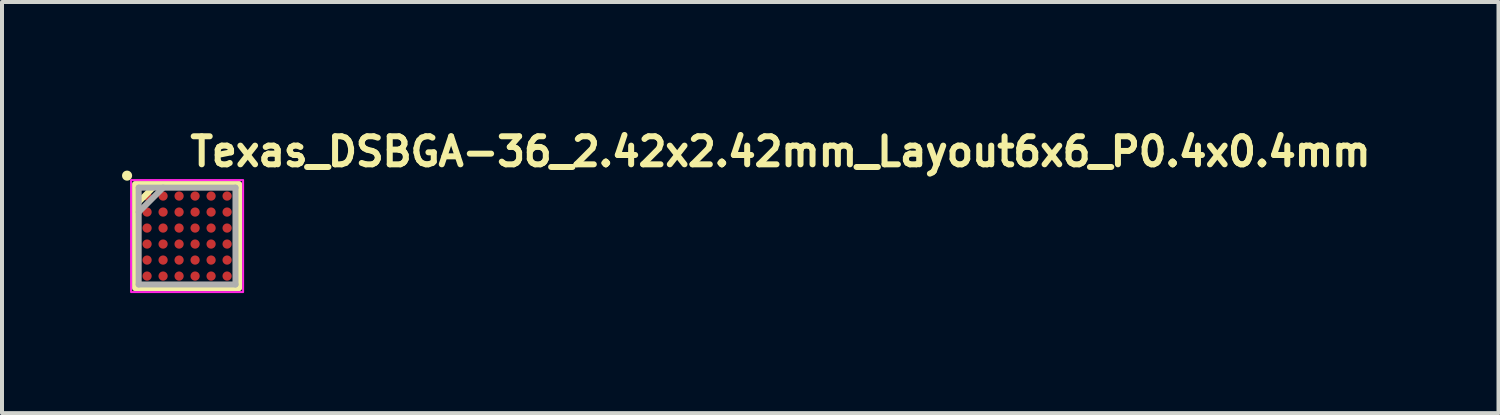
<source format=kicad_pcb>
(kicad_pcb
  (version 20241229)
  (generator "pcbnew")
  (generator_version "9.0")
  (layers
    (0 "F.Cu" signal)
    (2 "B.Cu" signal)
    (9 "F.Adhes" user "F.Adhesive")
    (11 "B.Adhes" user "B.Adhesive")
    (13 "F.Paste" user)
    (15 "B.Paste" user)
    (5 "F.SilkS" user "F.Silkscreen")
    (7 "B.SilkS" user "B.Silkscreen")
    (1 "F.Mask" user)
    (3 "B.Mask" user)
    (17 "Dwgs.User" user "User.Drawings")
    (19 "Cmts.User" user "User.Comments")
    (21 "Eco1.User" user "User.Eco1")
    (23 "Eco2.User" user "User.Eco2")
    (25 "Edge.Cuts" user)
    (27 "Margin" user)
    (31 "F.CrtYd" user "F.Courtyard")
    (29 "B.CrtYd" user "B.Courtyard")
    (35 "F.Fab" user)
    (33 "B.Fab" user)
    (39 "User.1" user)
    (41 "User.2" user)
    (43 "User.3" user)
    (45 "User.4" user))
  (footprint "Texas_DSBGA-36_2.42x2.42mm_Layout6x6_P0.4x0.4mm"
    (layer "F.Cu")
    (at 1.626 2.85)
    (property "Reference" "Texas_DSBGA-36_2.42x2.42mm_Layout6x6_P0.4x0.4mm" (at 0 -1.7 0) (layer "F.SilkS") (effects (font (size 0.7 0.7) (thickness 0.15)) (justify left bottom)))
    (attr smd)
    (fp_line (start -1.262 -0.8) (end -0.8 -1.262) (stroke (width 0.15) (type solid)) (layer "F.SilkS"))
    (fp_rect (start 1.3 1.3) (end -1.3 -1.3) (stroke (width 0.15) (type solid)) (fill no) (layer "F.SilkS"))
    (fp_circle (center -1.5 -1.51) (end -1.449 -1.51) (stroke (width 0.15) (type solid)) (fill yes) (layer "F.SilkS"))
    (fp_rect (start -1.4 -1.4) (end 1.4 1.4) (stroke (width 0.05) (type solid)) (fill no) (layer "F.CrtYd"))
    (fp_line (start -1.21 -1.21) (end 1.21 -1.21) (stroke (width 0.15) (type solid)) (layer "F.Fab"))
    (fp_line (start -1.21 -0.598) (end -0.598 -1.21) (stroke (width 0.15) (type solid)) (layer "F.Fab"))
    (fp_line (start -1.21 1.21) (end -1.21 -1.21) (stroke (width 0.15) (type solid)) (layer "F.Fab"))
    (fp_line (start 1.21 -1.21) (end 1.21 1.21) (stroke (width 0.15) (type solid)) (layer "F.Fab"))
    (fp_line (start 1.21 1.21) (end -1.21 1.21) (stroke (width 0.15) (type solid)) (layer "F.Fab"))
    (fp_rect (start -1.21 -1.21) (end 1.21 1.21) (stroke (width 0.1) (type solid)) (fill no) (layer "User.5"))
    (fp_line (start -1.21 -1.21) (end 1.21 -1.21) (stroke (width 0.02) (type solid)) (layer "User.9"))
    (fp_line (start -1.21 1.21) (end -1.21 -1.21) (stroke (width 0.02) (type solid)) (layer "User.9"))
    (fp_line (start -1.21 1.21) (end 1.21 1.21) (stroke (width 0.02) (type solid)) (layer "User.9"))
    (fp_line (start -1.058 -0.915) (end -1.058 -0.907) (stroke (width 0.02) (type solid)) (layer "User.9"))
    (fp_line (start -1.058 -0.907) (end -1.058 -0.907) (stroke (width 0.02) (type solid)) (layer "User.9"))
    (fp_line (start -1.058 -0.907) (end -1.058 -0.899) (stroke (width 0.02) (type solid)) (layer "User.9"))
    (fp_line (start -1.058 -0.899) (end -1.057 -0.892) (stroke (width 0.02) (type solid)) (layer "User.9"))
    (fp_line (start -1.057 -0.93) (end -1.057 -0.922) (stroke (width 0.02) (type solid)) (layer "User.9"))
    (fp_line (start -1.057 -0.922) (end -1.058 -0.915) (stroke (width 0.02) (type solid)) (layer "User.9"))
    (fp_line (start -1.057 -0.892) (end -1.057 -0.884) (stroke (width 0.02) (type solid)) (layer "User.9"))
    (fp_line (start -1.057 -0.884) (end -1.055 -0.877) (stroke (width 0.02) (type solid)) (layer "User.9"))
    (fp_line (start -1.055 -0.937) (end -1.057 -0.93) (stroke (width 0.02) (type solid)) (layer "User.9"))
    (fp_line (start -1.055 -0.877) (end -1.053 -0.869) (stroke (width 0.02) (type solid)) (layer "User.9"))
    (fp_line (start -1.053 -0.944) (end -1.055 -0.937) (stroke (width 0.02) (type solid)) (layer "User.9"))
    (fp_line (start -1.053 -0.869) (end -1.051 -0.862) (stroke (width 0.02) (type solid)) (layer "User.9"))
    (fp_line (start -1.051 -0.951) (end -1.053 -0.944) (stroke (width 0.02) (type solid)) (layer "User.9"))
    (fp_line (start -1.051 -0.862) (end -1.049 -0.855) (stroke (width 0.02) (type solid)) (layer "User.9"))
    (fp_line (start -1.049 -0.959) (end -1.051 -0.951) (stroke (width 0.02) (type solid)) (layer "User.9"))
    (fp_line (start -1.049 -0.855) (end -1.046 -0.848) (stroke (width 0.02) (type solid)) (layer "User.9"))
    (fp_line (start -1.046 -0.966) (end -1.049 -0.959) (stroke (width 0.02) (type solid)) (layer "User.9"))
    (fp_line (start -1.046 -0.848) (end -1.043 -0.841) (stroke (width 0.02) (type solid)) (layer "User.9"))
    (fp_line (start -1.043 -0.973) (end -1.046 -0.966) (stroke (width 0.02) (type solid)) (layer "User.9"))
    (fp_line (start -1.043 -0.841) (end -1.04 -0.835) (stroke (width 0.02) (type solid)) (layer "User.9"))
    (fp_line (start -1.04 -0.979) (end -1.043 -0.973) (stroke (width 0.02) (type solid)) (layer "User.9"))
    (fp_line (start -1.04 -0.835) (end -1.036 -0.828) (stroke (width 0.02) (type solid)) (layer "User.9"))
    (fp_line (start -1.036 -0.985) (end -1.04 -0.979) (stroke (width 0.02) (type solid)) (layer "User.9"))
    (fp_line (start -1.036 -0.828) (end -1.032 -0.821) (stroke (width 0.02) (type solid)) (layer "User.9"))
    (fp_line (start -1.032 -0.992) (end -1.036 -0.985) (stroke (width 0.02) (type solid)) (layer "User.9"))
    (fp_line (start -1.032 -0.821) (end -1.028 -0.816) (stroke (width 0.02) (type solid)) (layer "User.9"))
    (fp_line (start -1.028 -0.997) (end -1.032 -0.992) (stroke (width 0.02) (type solid)) (layer "User.9"))
    (fp_line (start -1.028 -0.816) (end -1.024 -0.811) (stroke (width 0.02) (type solid)) (layer "User.9"))
    (fp_line (start -1.024 -1.002) (end -1.028 -0.997) (stroke (width 0.02) (type solid)) (layer "User.9"))
    (fp_line (start -1.024 -0.811) (end -1.018 -0.805) (stroke (width 0.02) (type solid)) (layer "User.9"))
    (fp_line (start -1.018 -1.008) (end -1.024 -1.002) (stroke (width 0.02) (type solid)) (layer "User.9"))
    (fp_line (start -1.018 -0.805) (end -1.014 -0.8) (stroke (width 0.02) (type solid)) (layer "User.9"))
    (fp_line (start -1.014 -1.014) (end -1.018 -1.008) (stroke (width 0.02) (type solid)) (layer "User.9"))
    (fp_line (start -1.014 -0.8) (end -1.008 -0.795) (stroke (width 0.02) (type solid)) (layer "User.9"))
    (fp_line (start -1.008 -1.018) (end -1.014 -1.014) (stroke (width 0.02) (type solid)) (layer "User.9"))
    (fp_line (start -1.008 -0.795) (end -1.002 -0.79) (stroke (width 0.02) (type solid)) (layer "User.9"))
    (fp_line (start -1.002 -1.024) (end -1.008 -1.018) (stroke (width 0.02) (type solid)) (layer "User.9"))
    (fp_line (start -1.002 -0.79) (end -0.997 -0.786) (stroke (width 0.02) (type solid)) (layer "User.9"))
    (fp_line (start -0.997 -1.028) (end -1.002 -1.024) (stroke (width 0.02) (type solid)) (layer "User.9"))
    (fp_line (start -0.997 -0.786) (end -0.992 -0.782) (stroke (width 0.02) (type solid)) (layer "User.9"))
    (fp_line (start -0.992 -1.032) (end -0.997 -1.028) (stroke (width 0.02) (type solid)) (layer "User.9"))
    (fp_line (start -0.992 -0.782) (end -0.985 -0.778) (stroke (width 0.02) (type solid)) (layer "User.9"))
    (fp_line (start -0.985 -1.036) (end -0.992 -1.032) (stroke (width 0.02) (type solid)) (layer "User.9"))
    (fp_line (start -0.985 -0.778) (end -0.979 -0.774) (stroke (width 0.02) (type solid)) (layer "User.9"))
    (fp_line (start -0.979 -1.04) (end -0.985 -1.036) (stroke (width 0.02) (type solid)) (layer "User.9"))
    (fp_line (start -0.979 -0.774) (end -0.973 -0.771) (stroke (width 0.02) (type solid)) (layer "User.9"))
    (fp_line (start -0.973 -1.043) (end -0.979 -1.04) (stroke (width 0.02) (type solid)) (layer "User.9"))
    (fp_line (start -0.973 -0.771) (end -0.966 -0.768) (stroke (width 0.02) (type solid)) (layer "User.9"))
    (fp_line (start -0.966 -1.046) (end -0.973 -1.043) (stroke (width 0.02) (type solid)) (layer "User.9"))
    (fp_line (start -0.966 -0.768) (end -0.959 -0.765) (stroke (width 0.02) (type solid)) (layer "User.9"))
    (fp_line (start -0.959 -1.049) (end -0.966 -1.046) (stroke (width 0.02) (type solid)) (layer "User.9"))
    (fp_line (start -0.959 -0.765) (end -0.951 -0.763) (stroke (width 0.02) (type solid)) (layer "User.9"))
    (fp_line (start -0.951 -1.051) (end -0.959 -1.049) (stroke (width 0.02) (type solid)) (layer "User.9"))
    (fp_line (start -0.951 -0.763) (end -0.944 -0.761) (stroke (width 0.02) (type solid)) (layer "User.9"))
    (fp_line (start -0.944 -1.053) (end -0.951 -1.051) (stroke (width 0.02) (type solid)) (layer "User.9"))
    (fp_line (start -0.944 -0.761) (end -0.937 -0.759) (stroke (width 0.02) (type solid)) (layer "User.9"))
    (fp_line (start -0.937 -1.055) (end -0.944 -1.053) (stroke (width 0.02) (type solid)) (layer "User.9"))
    (fp_line (start -0.937 -0.759) (end -0.93 -0.757) (stroke (width 0.02) (type solid)) (layer "User.9"))
    (fp_line (start -0.93 -1.057) (end -0.937 -1.055) (stroke (width 0.02) (type solid)) (layer "User.9"))
    (fp_line (start -0.93 -0.757) (end -0.922 -0.757) (stroke (width 0.02) (type solid)) (layer "User.9"))
    (fp_line (start -0.922 -1.057) (end -0.93 -1.057) (stroke (width 0.02) (type solid)) (layer "User.9"))
    (fp_line (start -0.922 -0.757) (end -0.915 -0.756) (stroke (width 0.02) (type solid)) (layer "User.9"))
    (fp_line (start -0.915 -1.058) (end -0.922 -1.057) (stroke (width 0.02) (type solid)) (layer "User.9"))
    (fp_line (start -0.915 -0.756) (end -0.907 -0.756) (stroke (width 0.02) (type solid)) (layer "User.9"))
    (fp_line (start -0.907 -1.058) (end -0.915 -1.058) (stroke (width 0.02) (type solid)) (layer "User.9"))
    (fp_line (start -0.907 -1.058) (end -0.907 -1.058) (stroke (width 0.02) (type solid)) (layer "User.9"))
    (fp_line (start -0.907 -0.756) (end -0.907 -0.756) (stroke (width 0.02) (type solid)) (layer "User.9"))
    (fp_line (start -0.907 -0.756) (end -0.899 -0.756) (stroke (width 0.02) (type solid)) (layer "User.9"))
    (fp_line (start -0.899 -1.058) (end -0.907 -1.058) (stroke (width 0.02) (type solid)) (layer "User.9"))
    (fp_line (start -0.899 -0.756) (end -0.892 -0.757) (stroke (width 0.02) (type solid)) (layer "User.9"))
    (fp_line (start -0.892 -1.057) (end -0.899 -1.058) (stroke (width 0.02) (type solid)) (layer "User.9"))
    (fp_line (start -0.892 -0.757) (end -0.884 -0.757) (stroke (width 0.02) (type solid)) (layer "User.9"))
    (fp_line (start -0.884 -1.057) (end -0.892 -1.057) (stroke (width 0.02) (type solid)) (layer "User.9"))
    (fp_line (start -0.884 -0.757) (end -0.877 -0.759) (stroke (width 0.02) (type solid)) (layer "User.9"))
    (fp_line (start -0.877 -1.055) (end -0.884 -1.057) (stroke (width 0.02) (type solid)) (layer "User.9"))
    (fp_line (start -0.877 -0.759) (end -0.869 -0.761) (stroke (width 0.02) (type solid)) (layer "User.9"))
    (fp_line (start -0.869 -1.053) (end -0.877 -1.055) (stroke (width 0.02) (type solid)) (layer "User.9"))
    (fp_line (start -0.869 -0.761) (end -0.862 -0.763) (stroke (width 0.02) (type solid)) (layer "User.9"))
    (fp_line (start -0.862 -1.051) (end -0.869 -1.053) (stroke (width 0.02) (type solid)) (layer "User.9"))
    (fp_line (start -0.862 -0.763) (end -0.855 -0.765) (stroke (width 0.02) (type solid)) (layer "User.9"))
    (fp_line (start -0.855 -1.049) (end -0.862 -1.051) (stroke (width 0.02) (type solid)) (layer "User.9"))
    (fp_line (start -0.855 -0.765) (end -0.848 -0.768) (stroke (width 0.02) (type solid)) (layer "User.9"))
    (fp_line (start -0.848 -1.046) (end -0.855 -1.049) (stroke (width 0.02) (type solid)) (layer "User.9"))
    (fp_line (start -0.848 -0.768) (end -0.841 -0.771) (stroke (width 0.02) (type solid)) (layer "User.9"))
    (fp_line (start -0.841 -1.043) (end -0.848 -1.046) (stroke (width 0.02) (type solid)) (layer "User.9"))
    (fp_line (start -0.841 -0.771) (end -0.835 -0.774) (stroke (width 0.02) (type solid)) (layer "User.9"))
    (fp_line (start -0.835 -1.04) (end -0.841 -1.043) (stroke (width 0.02) (type solid)) (layer "User.9"))
    (fp_line (start -0.835 -0.774) (end -0.828 -0.778) (stroke (width 0.02) (type solid)) (layer "User.9"))
    (fp_line (start -0.828 -1.036) (end -0.835 -1.04) (stroke (width 0.02) (type solid)) (layer "User.9"))
    (fp_line (start -0.828 -0.778) (end -0.821 -0.782) (stroke (width 0.02) (type solid)) (layer "User.9"))
    (fp_line (start -0.821 -1.032) (end -0.828 -1.036) (stroke (width 0.02) (type solid)) (layer "User.9"))
    (fp_line (start -0.821 -0.782) (end -0.816 -0.786) (stroke (width 0.02) (type solid)) (layer "User.9"))
    (fp_line (start -0.816 -1.028) (end -0.821 -1.032) (stroke (width 0.02) (type solid)) (layer "User.9"))
    (fp_line (start -0.816 -0.786) (end -0.811 -0.79) (stroke (width 0.02) (type solid)) (layer "User.9"))
    (fp_line (start -0.811 -1.024) (end -0.816 -1.028) (stroke (width 0.02) (type solid)) (layer "User.9"))
    (fp_line (start -0.811 -0.79) (end -0.805 -0.795) (stroke (width 0.02) (type solid)) (layer "User.9"))
    (fp_line (start -0.805 -1.018) (end -0.811 -1.024) (stroke (width 0.02) (type solid)) (layer "User.9"))
    (fp_line (start -0.805 -0.795) (end -0.8 -0.8) (stroke (width 0.02) (type solid)) (layer "User.9"))
    (fp_line (start -0.8 -1.014) (end -0.805 -1.018) (stroke (width 0.02) (type solid)) (layer "User.9"))
    (fp_line (start -0.8 -0.8) (end -0.795 -0.805) (stroke (width 0.02) (type solid)) (layer "User.9"))
    (fp_line (start -0.795 -1.008) (end -0.8 -1.014) (stroke (width 0.02) (type solid)) (layer "User.9"))
    (fp_line (start -0.795 -0.805) (end -0.79 -0.811) (stroke (width 0.02) (type solid)) (layer "User.9"))
    (fp_line (start -0.79 -1.002) (end -0.795 -1.008) (stroke (width 0.02) (type solid)) (layer "User.9"))
    (fp_line (start -0.79 -0.811) (end -0.786 -0.816) (stroke (width 0.02) (type solid)) (layer "User.9"))
    (fp_line (start -0.786 -0.997) (end -0.79 -1.002) (stroke (width 0.02) (type solid)) (layer "User.9"))
    (fp_line (start -0.786 -0.816) (end -0.782 -0.821) (stroke (width 0.02) (type solid)) (layer "User.9"))
    (fp_line (start -0.782 -0.992) (end -0.786 -0.997) (stroke (width 0.02) (type solid)) (layer "User.9"))
    (fp_line (start -0.782 -0.821) (end -0.778 -0.828) (stroke (width 0.02) (type solid)) (layer "User.9"))
    (fp_line (start -0.778 -0.985) (end -0.782 -0.992) (stroke (width 0.02) (type solid)) (layer "User.9"))
    (fp_line (start -0.778 -0.828) (end -0.774 -0.835) (stroke (width 0.02) (type solid)) (layer "User.9"))
    (fp_line (start -0.774 -0.979) (end -0.778 -0.985) (stroke (width 0.02) (type solid)) (layer "User.9"))
    (fp_line (start -0.774 -0.835) (end -0.771 -0.841) (stroke (width 0.02) (type solid)) (layer "User.9"))
    (fp_line (start -0.771 -0.973) (end -0.774 -0.979) (stroke (width 0.02) (type solid)) (layer "User.9"))
    (fp_line (start -0.771 -0.841) (end -0.768 -0.848) (stroke (width 0.02) (type solid)) (layer "User.9"))
    (fp_line (start -0.768 -0.966) (end -0.771 -0.973) (stroke (width 0.02) (type solid)) (layer "User.9"))
    (fp_line (start -0.768 -0.848) (end -0.765 -0.855) (stroke (width 0.02) (type solid)) (layer "User.9"))
    (fp_line (start -0.765 -0.959) (end -0.768 -0.966) (stroke (width 0.02) (type solid)) (layer "User.9"))
    (fp_line (start -0.765 -0.855) (end -0.763 -0.862) (stroke (width 0.02) (type solid)) (layer "User.9"))
    (fp_line (start -0.763 -0.951) (end -0.765 -0.959) (stroke (width 0.02) (type solid)) (layer "User.9"))
    (fp_line (start -0.763 -0.862) (end -0.761 -0.869) (stroke (width 0.02) (type solid)) (layer "User.9"))
    (fp_line (start -0.761 -0.944) (end -0.763 -0.951) (stroke (width 0.02) (type solid)) (layer "User.9"))
    (fp_line (start -0.761 -0.869) (end -0.759 -0.877) (stroke (width 0.02) (type solid)) (layer "User.9"))
    (fp_line (start -0.759 -0.937) (end -0.761 -0.944) (stroke (width 0.02) (type solid)) (layer "User.9"))
    (fp_line (start -0.759 -0.877) (end -0.757 -0.884) (stroke (width 0.02) (type solid)) (layer "User.9"))
    (fp_line (start -0.757 -0.93) (end -0.759 -0.937) (stroke (width 0.02) (type solid)) (layer "User.9"))
    (fp_line (start -0.757 -0.922) (end -0.757 -0.93) (stroke (width 0.02) (type solid)) (layer "User.9"))
    (fp_line (start -0.757 -0.892) (end -0.756 -0.899) (stroke (width 0.02) (type solid)) (layer "User.9"))
    (fp_line (start -0.757 -0.884) (end -0.757 -0.892) (stroke (width 0.02) (type solid)) (layer "User.9"))
    (fp_line (start -0.756 -0.915) (end -0.757 -0.922) (stroke (width 0.02) (type solid)) (layer "User.9"))
    (fp_line (start -0.756 -0.907) (end -0.756 -0.915) (stroke (width 0.02) (type solid)) (layer "User.9"))
    (fp_line (start -0.756 -0.907) (end -0.756 -0.907) (stroke (width 0.02) (type solid)) (layer "User.9"))
    (fp_line (start -0.756 -0.907) (end -0.756 -0.907) (stroke (width 0.02) (type solid)) (layer "User.9"))
    (fp_line (start -0.756 -0.899) (end -0.756 -0.907) (stroke (width 0.02) (type solid)) (layer "User.9"))
    (fp_line (start 1.21 1.21) (end 1.21 -1.21) (stroke (width 0.02) (type solid)) (layer "User.9"))
    (pad "A1" smd circle (at -1 -1 90) (size 0.23 0.23) (layers "F.Cu" "F.Mask" "F.Paste"))
    (pad "A2" smd circle (at -0.6 -1 90) (size 0.23 0.23) (layers "F.Cu" "F.Mask" "F.Paste"))
    (pad "A3" smd circle (at -0.2 -1 90) (size 0.23 0.23) (layers "F.Cu" "F.Mask" "F.Paste"))
    (pad "A4" smd circle (at 0.2 -1 90) (size 0.23 0.23) (layers "F.Cu" "F.Mask" "F.Paste"))
    (pad "A5" smd circle (at 0.6 -1 90) (size 0.23 0.23) (layers "F.Cu" "F.Mask" "F.Paste"))
    (pad "A6" smd circle (at 1 -1 90) (size 0.23 0.23) (layers "F.Cu" "F.Mask" "F.Paste"))
    (pad "B1" smd circle (at -1 -0.6 90) (size 0.23 0.23) (layers "F.Cu" "F.Mask" "F.Paste"))
    (pad "B2" smd circle (at -0.6 -0.6 90) (size 0.23 0.23) (layers "F.Cu" "F.Mask" "F.Paste"))
    (pad "B3" smd circle (at -0.2 -0.6 90) (size 0.23 0.23) (layers "F.Cu" "F.Mask" "F.Paste"))
    (pad "B4" smd circle (at 0.2 -0.6 90) (size 0.23 0.23) (layers "F.Cu" "F.Mask" "F.Paste"))
    (pad "B5" smd circle (at 0.6 -0.6 90) (size 0.23 0.23) (layers "F.Cu" "F.Mask" "F.Paste"))
    (pad "B6" smd circle (at 1 -0.6 90) (size 0.23 0.23) (layers "F.Cu" "F.Mask" "F.Paste"))
    (pad "C1" smd circle (at -1 -0.2 90) (size 0.23 0.23) (layers "F.Cu" "F.Mask" "F.Paste"))
    (pad "C2" smd circle (at -0.6 -0.2 90) (size 0.23 0.23) (layers "F.Cu" "F.Mask" "F.Paste"))
    (pad "C3" smd circle (at -0.2 -0.2 90) (size 0.23 0.23) (layers "F.Cu" "F.Mask" "F.Paste"))
    (pad "C4" smd circle (at 0.2 -0.2 90) (size 0.23 0.23) (layers "F.Cu" "F.Mask" "F.Paste"))
    (pad "C5" smd circle (at 0.6 -0.2 90) (size 0.23 0.23) (layers "F.Cu" "F.Mask" "F.Paste"))
    (pad "C6" smd circle (at 1 -0.2 90) (size 0.23 0.23) (layers "F.Cu" "F.Mask" "F.Paste"))
    (pad "D1" smd circle (at -1 0.2 90) (size 0.23 0.23) (layers "F.Cu" "F.Mask" "F.Paste"))
    (pad "D2" smd circle (at -0.6 0.2 90) (size 0.23 0.23) (layers "F.Cu" "F.Mask" "F.Paste"))
    (pad "D3" smd circle (at -0.2 0.2 90) (size 0.23 0.23) (layers "F.Cu" "F.Mask" "F.Paste"))
    (pad "D4" smd circle (at 0.2 0.2 90) (size 0.23 0.23) (layers "F.Cu" "F.Mask" "F.Paste"))
    (pad "D5" smd circle (at 0.6 0.2 90) (size 0.23 0.23) (layers "F.Cu" "F.Mask" "F.Paste"))
    (pad "D6" smd circle (at 1 0.2 90) (size 0.23 0.23) (layers "F.Cu" "F.Mask" "F.Paste"))
    (pad "E1" smd circle (at -1 0.6 90) (size 0.23 0.23) (layers "F.Cu" "F.Mask" "F.Paste"))
    (pad "E2" smd circle (at -0.6 0.6 90) (size 0.23 0.23) (layers "F.Cu" "F.Mask" "F.Paste"))
    (pad "E3" smd circle (at -0.2 0.6 90) (size 0.23 0.23) (layers "F.Cu" "F.Mask" "F.Paste"))
    (pad "E4" smd circle (at 0.2 0.6 90) (size 0.23 0.23) (layers "F.Cu" "F.Mask" "F.Paste"))
    (pad "E5" smd circle (at 0.6 0.6 90) (size 0.23 0.23) (layers "F.Cu" "F.Mask" "F.Paste"))
    (pad "E6" smd circle (at 1 0.6 90) (size 0.23 0.23) (layers "F.Cu" "F.Mask" "F.Paste"))
    (pad "F1" smd circle (at -1 1 90) (size 0.23 0.23) (layers "F.Cu" "F.Mask" "F.Paste"))
    (pad "F2" smd circle (at -0.6 1 90) (size 0.23 0.23) (layers "F.Cu" "F.Mask" "F.Paste"))
    (pad "F3" smd circle (at -0.2 1 90) (size 0.23 0.23) (layers "F.Cu" "F.Mask" "F.Paste"))
    (pad "F4" smd circle (at 0.2 1 90) (size 0.23 0.23) (layers "F.Cu" "F.Mask" "F.Paste"))
    (pad "F5" smd circle (at 0.6 1 90) (size 0.23 0.23) (layers "F.Cu" "F.Mask" "F.Paste"))
    (pad "F6" smd circle (at 1 1 90) (size 0.23 0.23) (layers "F.Cu" "F.Mask" "F.Paste")))
  (gr_rect
    (start -3 -3)
    (end 34.403 7.275)
    (stroke (width 0.1) (type default))
    (fill no)
    (layer "Edge.Cuts")))
</source>
